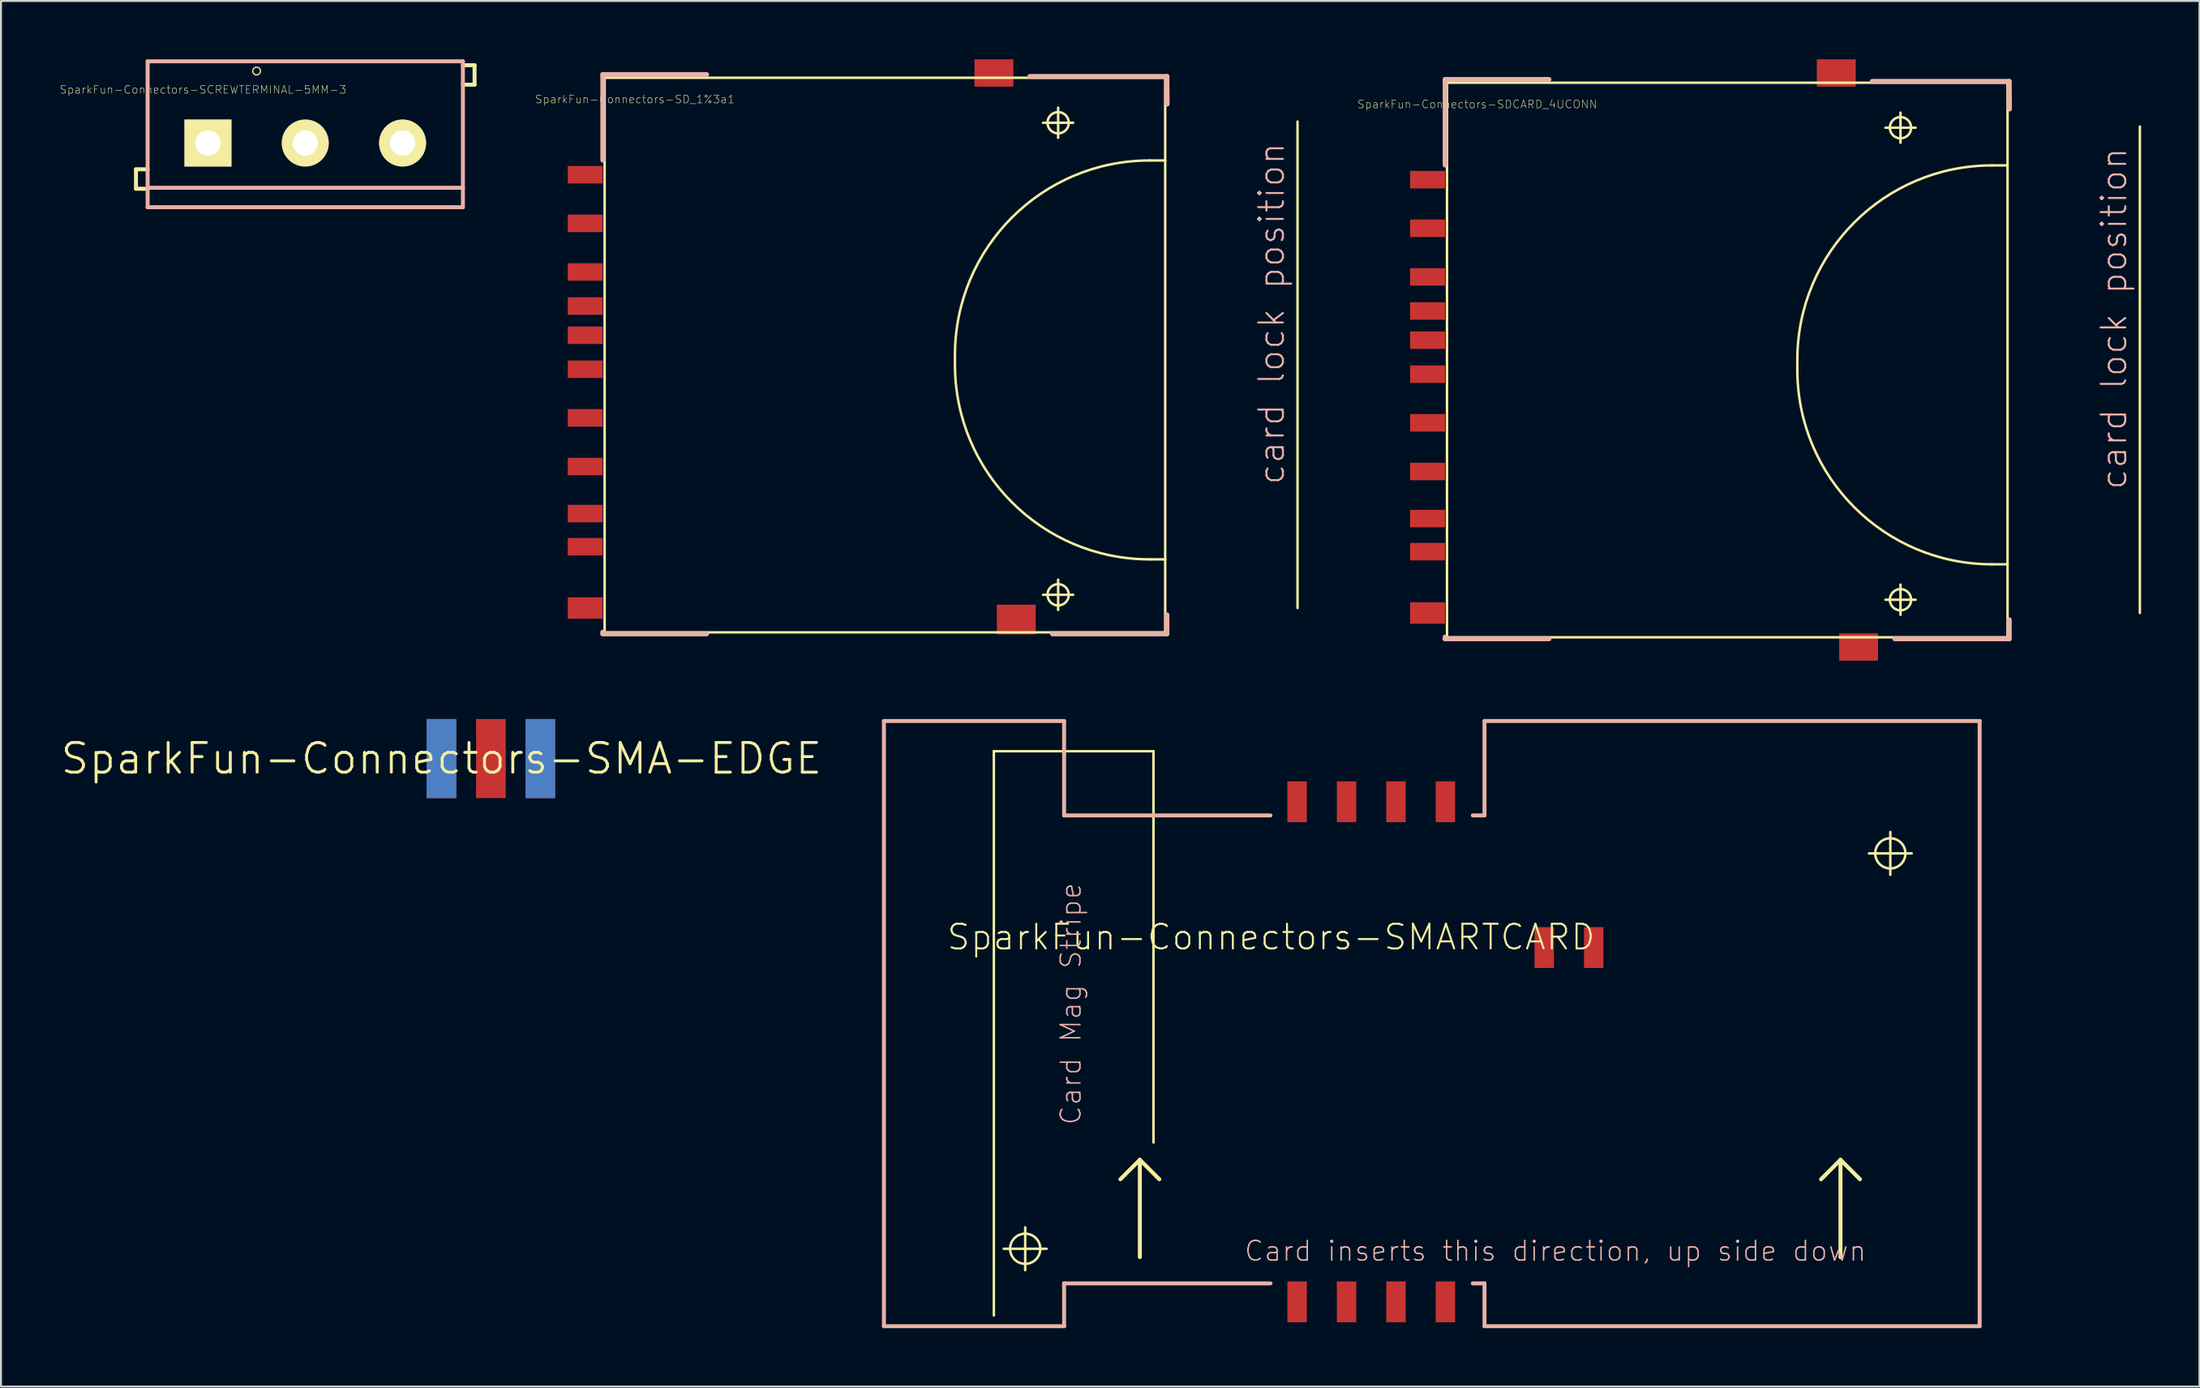
<source format=kicad_pcb>
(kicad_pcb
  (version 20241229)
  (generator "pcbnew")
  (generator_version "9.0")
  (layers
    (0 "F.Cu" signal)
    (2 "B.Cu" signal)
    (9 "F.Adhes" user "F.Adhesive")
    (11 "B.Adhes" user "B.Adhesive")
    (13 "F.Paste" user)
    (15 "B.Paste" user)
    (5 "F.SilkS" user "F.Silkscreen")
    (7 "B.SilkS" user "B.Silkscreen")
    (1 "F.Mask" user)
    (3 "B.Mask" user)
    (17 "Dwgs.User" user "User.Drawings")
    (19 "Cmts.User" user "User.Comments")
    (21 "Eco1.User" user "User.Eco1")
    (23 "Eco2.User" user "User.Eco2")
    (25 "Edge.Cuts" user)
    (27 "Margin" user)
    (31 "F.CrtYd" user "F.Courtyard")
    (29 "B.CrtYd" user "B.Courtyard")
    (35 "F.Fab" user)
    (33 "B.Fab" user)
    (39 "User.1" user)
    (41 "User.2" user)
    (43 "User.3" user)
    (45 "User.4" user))
  (footprint "SparkFun-Connectors-SDCARD_4UCONN"
    (layer "F.Cu")
    (at 71.293 15.45)
    (property "Reference" "SparkFun-Connectors-SDCARD_4UCONN" (at 1.554 -13.142 0) (layer "F.SilkS") (effects (font (size 0.406 0.406) (thickness 0.025))))
    (attr smd)
    (fp_line (start 0 -14.249) (end 28.799 -14.249) (stroke (width 0.127) (type solid)) (layer "F.SilkS"))
    (fp_line (start 0 14.249) (end 0 -14.249) (stroke (width 0.127) (type solid)) (layer "F.SilkS"))
    (fp_line (start 17.998 0) (end 17.998 0.498) (stroke (width 0.127) (type solid)) (layer "F.SilkS"))
    (fp_line (start 22.525 -11.938) (end 24.074 -11.938) (stroke (width 0.127) (type solid)) (layer "F.SilkS"))
    (fp_line (start 22.525 12.319) (end 24.074 12.319) (stroke (width 0.127) (type solid)) (layer "F.SilkS"))
    (fp_line (start 23.299 -11.163) (end 23.299 -12.713) (stroke (width 0.127) (type solid)) (layer "F.SilkS"))
    (fp_line (start 23.299 13.094) (end 23.299 11.544) (stroke (width 0.127) (type solid)) (layer "F.SilkS"))
    (fp_line (start 27.998 10.498) (end 28.799 10.498) (stroke (width 0.127) (type solid)) (layer "F.SilkS"))
    (fp_line (start 28.799 -14.249) (end 28.799 -10) (stroke (width 0.127) (type solid)) (layer "F.SilkS"))
    (fp_line (start 28.799 -10) (end 27.998 -10) (stroke (width 0.127) (type solid)) (layer "F.SilkS"))
    (fp_line (start 28.799 -10) (end 28.799 7.998) (stroke (width 0.127) (type solid)) (layer "F.SilkS"))
    (fp_line (start 28.799 7.998) (end 28.799 10.498) (stroke (width 0.127) (type solid)) (layer "F.SilkS"))
    (fp_line (start 28.799 10.498) (end 28.799 14.249) (stroke (width 0.127) (type solid)) (layer "F.SilkS"))
    (fp_line (start 28.799 14.249) (end 0 14.249) (stroke (width 0.127) (type solid)) (layer "F.SilkS"))
    (fp_line (start 35.598 -11.999) (end 35.598 13) (stroke (width 0.127) (type solid)) (layer "F.SilkS"))
    (fp_arc (start 17.99844 0) (mid 20.927366 -7.071054) (end 27.99842 -9.99998) (stroke (width 0.127) (type solid)) (layer "F.SilkS"))
    (fp_arc (start 27.99842 10.49782) (mid 20.927366 7.568894) (end 17.99844 0.49784) (stroke (width 0.127) (type solid)) (layer "F.SilkS"))
    (fp_circle (center 23.299 -11.938) (end 23.686 -12.324) (stroke (width 0.127) (type solid)) (fill no) (layer "F.SilkS"))
    (fp_circle (center 23.299 12.319) (end 23.686 12.705) (stroke (width 0.127) (type solid)) (fill no) (layer "F.SilkS"))
    (fp_line (start -0.094 -14.417) (end 5.237 -14.417) (stroke (width 0.254) (type solid)) (layer "B.SilkS"))
    (fp_line (start -0.094 -10.018) (end -0.094 -14.417) (stroke (width 0.254) (type solid)) (layer "B.SilkS"))
    (fp_line (start -0.094 14.237) (end -0.094 14.326) (stroke (width 0.254) (type solid)) (layer "B.SilkS"))
    (fp_line (start -0.094 14.326) (end 5.237 14.326) (stroke (width 0.254) (type solid)) (layer "B.SilkS"))
    (fp_line (start 21.847 -14.318) (end 28.887 -14.318) (stroke (width 0.254) (type solid)) (layer "B.SilkS"))
    (fp_line (start 23.01 14.326) (end 28.887 14.326) (stroke (width 0.254) (type solid)) (layer "B.SilkS"))
    (fp_line (start 28.887 -14.318) (end 28.898 -12.898) (stroke (width 0.254) (type solid)) (layer "B.SilkS"))
    (fp_line (start 28.887 14.326) (end 28.887 13.348) (stroke (width 0.254) (type solid)) (layer "B.SilkS"))
    (fp_text user "card lock position" (at 34.265 -2.129 90) (layer "B.SilkS") (effects (font (size 1.27 1.27) (thickness 0.102))))
    (pad "1" smd rect (at -0.998 -6.769) (size 1.798 0.899) (layers "F.Cu" "F.Mask" "F.Paste"))
    (pad "2" smd rect (at -0.998 -4.27) (size 1.798 0.899) (layers "F.Cu" "F.Mask" "F.Paste"))
    (pad "3" smd rect (at -0.998 -2.52) (size 1.798 0.899) (layers "F.Cu" "F.Mask" "F.Paste"))
    (pad "4" smd rect (at -0.998 0.729) (size 1.798 0.899) (layers "F.Cu" "F.Mask" "F.Paste"))
    (pad "5" smd rect (at -0.998 3.228) (size 1.798 0.899) (layers "F.Cu" "F.Mask" "F.Paste"))
    (pad "6" smd rect (at -0.998 5.728) (size 1.798 0.899) (layers "F.Cu" "F.Mask" "F.Paste"))
    (pad "7" smd rect (at -0.998 8.148) (size 1.798 0.899) (layers "F.Cu" "F.Mask" "F.Paste"))
    (pad "8" smd rect (at -0.998 9.848) (size 1.798 0.899) (layers "F.Cu" "F.Mask" "F.Paste"))
    (pad "9" smd rect (at -0.998 -9.268) (size 1.798 0.899) (layers "F.Cu" "F.Mask" "F.Paste"))
    (pad "CD" smd rect (at -0.998 -1.019) (size 1.798 0.899) (layers "F.Cu" "F.Mask" "F.Paste"))
    (pad "SH@1" smd rect (at 20 -14.75) (size 1.999 1.4) (layers "F.Cu" "F.Mask" "F.Paste"))
    (pad "SH@2" smd rect (at 21.148 14.75) (size 1.999 1.4) (layers "F.Cu" "F.Mask" "F.Paste"))
    (pad "WP" smd rect (at -0.998 13) (size 1.798 1.1) (layers "F.Cu" "F.Mask" "F.Paste")))
  (footprint "SparkFun-Connectors-SMARTCARD"
    (layer "F.Cu")
    (at 70.511 49.551)
    (property "Reference" "SparkFun-Connectors-SMARTCARD" (at -8.255 -4.445 0) (layer "F.SilkS") (effects (font (size 1.27 1.27) (thickness 0.102))))
    (attr smd)
    (fp_line (start -22.499 -13.998) (end -22.499 14.999) (stroke (width 0.127) (type solid)) (layer "F.SilkS"))
    (fp_line (start -21.989 11.57) (end -19.789 11.57) (stroke (width 0.127) (type solid)) (layer "F.SilkS"))
    (fp_line (start -20.889 12.67) (end -20.889 10.47) (stroke (width 0.127) (type solid)) (layer "F.SilkS"))
    (fp_line (start -14.999 6.998) (end -15.999 7.998) (stroke (width 0.203) (type solid)) (layer "F.SilkS"))
    (fp_line (start -14.999 6.998) (end -13.998 7.998) (stroke (width 0.203) (type solid)) (layer "F.SilkS"))
    (fp_line (start -14.999 11.999) (end -14.999 6.998) (stroke (width 0.203) (type solid)) (layer "F.SilkS"))
    (fp_line (start -14.298 -13.998) (end -22.499 -13.998) (stroke (width 0.127) (type solid)) (layer "F.SilkS"))
    (fp_line (start -14.298 6.109) (end -14.298 -13.998) (stroke (width 0.127) (type solid)) (layer "F.SilkS"))
    (fp_line (start 20.998 6.998) (end 20 7.998) (stroke (width 0.203) (type solid)) (layer "F.SilkS"))
    (fp_line (start 20.998 6.998) (end 21.999 7.998) (stroke (width 0.203) (type solid)) (layer "F.SilkS"))
    (fp_line (start 20.998 11.999) (end 20.998 6.998) (stroke (width 0.203) (type solid)) (layer "F.SilkS"))
    (fp_line (start 22.459 -8.748) (end 24.658 -8.748) (stroke (width 0.127) (type solid)) (layer "F.SilkS"))
    (fp_line (start 23.558 -7.648) (end 23.558 -9.848) (stroke (width 0.127) (type solid)) (layer "F.SilkS"))
    (fp_circle (center -20.889 11.57) (end -21.438 12.118) (stroke (width 0.127) (type solid)) (fill no) (layer "F.SilkS"))
    (fp_circle (center 23.558 -8.748) (end 24.107 -9.296) (stroke (width 0.127) (type solid)) (fill no) (layer "F.SilkS"))
    (fp_line (start -28.148 -15.55) (end -18.89 -15.55) (stroke (width 0.203) (type solid)) (layer "B.SilkS"))
    (fp_line (start -28.148 15.55) (end -28.148 -15.55) (stroke (width 0.203) (type solid)) (layer "B.SilkS"))
    (fp_line (start -18.89 -10.698) (end -18.89 -15.55) (stroke (width 0.203) (type solid)) (layer "B.SilkS"))
    (fp_line (start -18.89 -10.698) (end -8.288 -10.698) (stroke (width 0.203) (type solid)) (layer "B.SilkS"))
    (fp_line (start -18.89 13.348) (end -18.89 15.55) (stroke (width 0.203) (type solid)) (layer "B.SilkS"))
    (fp_line (start -18.89 13.348) (end -8.288 13.348) (stroke (width 0.203) (type solid)) (layer "B.SilkS"))
    (fp_line (start -18.89 15.55) (end -28.148 15.55) (stroke (width 0.203) (type solid)) (layer "B.SilkS"))
    (fp_line (start 2.108 -10.698) (end 2.708 -10.698) (stroke (width 0.203) (type solid)) (layer "B.SilkS"))
    (fp_line (start 2.108 13.348) (end 2.708 13.348) (stroke (width 0.203) (type solid)) (layer "B.SilkS"))
    (fp_line (start 2.708 -15.55) (end 28.148 -15.55) (stroke (width 0.203) (type solid)) (layer "B.SilkS"))
    (fp_line (start 2.708 -10.698) (end 2.708 -15.55) (stroke (width 0.203) (type solid)) (layer "B.SilkS"))
    (fp_line (start 2.708 13.348) (end 2.708 15.55) (stroke (width 0.203) (type solid)) (layer "B.SilkS"))
    (fp_line (start 28.148 -15.55) (end 28.148 15.55) (stroke (width 0.203) (type solid)) (layer "B.SilkS"))
    (fp_line (start 28.148 15.55) (end 2.708 15.55) (stroke (width 0.203) (type solid)) (layer "B.SilkS"))
    (fp_text user "Card inserts this direction, up side down" (at 6.35 11.684 0) (layer "B.SilkS") (effects (font (size 1.016 1.016) (thickness 0.076))))
    (fp_text user "Card Mag Stripe" (at -18.542 -1.016 90) (layer "B.SilkS") (effects (font (size 1.016 1.016) (thickness 0.076))))
    (pad "C1" smd rect (at -6.919 -11.4 90) (size 2.098 0.998) (layers "F.Cu" "F.Mask" "F.Paste"))
    (pad "C2" smd rect (at -4.379 -11.4 90) (size 2.098 0.998) (layers "F.Cu" "F.Mask" "F.Paste"))
    (pad "C3" smd rect (at -1.839 -11.4 90) (size 2.098 0.998) (layers "F.Cu" "F.Mask" "F.Paste"))
    (pad "C4" smd rect (at 0.699 -11.4 90) (size 2.098 0.998) (layers "F.Cu" "F.Mask" "F.Paste"))
    (pad "C5" smd rect (at -6.919 14.298 90) (size 2.098 0.998) (layers "F.Cu" "F.Mask" "F.Paste"))
    (pad "C6" smd rect (at -4.379 14.298 90) (size 2.098 0.998) (layers "F.Cu" "F.Mask" "F.Paste"))
    (pad "C7" smd rect (at -1.839 14.298 90) (size 2.098 0.998) (layers "F.Cu" "F.Mask" "F.Paste"))
    (pad "C8" smd rect (at 0.699 14.298 90) (size 2.098 0.998) (layers "F.Cu" "F.Mask" "F.Paste"))
    (pad "P1" smd rect (at 5.779 -3.909 90) (size 2.098 0.998) (layers "F.Cu" "F.Mask" "F.Paste"))
    (pad "P2" smd rect (at 8.319 -3.909 90) (size 2.098 0.998) (layers "F.Cu" "F.Mask" "F.Paste")))
  (footprint "SparkFun-Connectors-SMA-EDGE"
    (layer "F.Cu")
    (at 19.631 35.931)
    (property "Reference" "SparkFun-Connectors-SMA-EDGE" (at 0 0 0) (layer "F.SilkS") (effects (font (size 1.524 1.524) (thickness 0.15))))
    (attr smd)
    (pad "GND@" smd rect (at 0 0) (size 1.524 4.064) (layers "F.Cu" "F.Mask" "F.Paste"))
    (pad "GND@" smd rect (at 0 0) (size 1.524 4.064) (layers "B.Cu" "B.Mask"))
    (pad "GND@" smd rect (at 5.08 0) (size 1.524 4.064) (layers "F.Cu" "F.Mask" "F.Paste"))
    (pad "GND@" smd rect (at 5.08 0) (size 1.524 4.064) (layers "B.Cu" "B.Mask"))
    (pad "SIG" smd rect (at 2.54 0) (size 1.524 4.064) (layers "F.Cu" "F.Mask" "F.Paste")))
  (footprint "SparkFun-Connectors-SCREWTERMINAL-5MM-3"
    (layer "F.Cu")
    (at 7.634 4.3)
    (property "Reference" "SparkFun-Connectors-SCREWTERMINAL-5MM-3" (at -0.254 -2.743 0) (layer "F.SilkS") (effects (font (size 0.406 0.406) (thickness 0.025))))
    (attr exclude_from_pos_files exclude_from_bom)
    (fp_line (start -3.698 1.349) (end -3.698 2.349) (stroke (width 0.203) (type solid)) (layer "F.SilkS"))
    (fp_line (start -3.698 2.349) (end -3.099 2.349) (stroke (width 0.203) (type solid)) (layer "F.SilkS"))
    (fp_line (start -3.099 1.349) (end -3.698 1.349) (stroke (width 0.203) (type solid)) (layer "F.SilkS"))
    (fp_line (start 13.099 -3.998) (end 13.698 -3.998) (stroke (width 0.203) (type solid)) (layer "F.SilkS"))
    (fp_line (start 13.698 -3.998) (end 13.698 -3) (stroke (width 0.203) (type solid)) (layer "F.SilkS"))
    (fp_line (start 13.698 -3) (end 13.099 -3) (stroke (width 0.203) (type solid)) (layer "F.SilkS"))
    (fp_circle (center 2.499 -3.698) (end 2.639 -3.838) (stroke (width 0.064) (type solid)) (fill no) (layer "F.SilkS"))
    (fp_line (start -3.099 -4.199) (end 13.099 -4.199) (stroke (width 0.203) (type solid)) (layer "B.SilkS"))
    (fp_line (start -3.099 2.299) (end -3.099 -4.199) (stroke (width 0.203) (type solid)) (layer "B.SilkS"))
    (fp_line (start -3.099 3.299) (end -3.099 2.299) (stroke (width 0.203) (type solid)) (layer "B.SilkS"))
    (fp_line (start 13.099 -4.199) (end 13.099 2.299) (stroke (width 0.203) (type solid)) (layer "B.SilkS"))
    (fp_line (start 13.099 2.299) (end -3.099 2.299) (stroke (width 0.203) (type solid)) (layer "B.SilkS"))
    (fp_line (start 13.099 2.299) (end 13.099 3.299) (stroke (width 0.203) (type solid)) (layer "B.SilkS"))
    (fp_line (start 13.099 3.299) (end -3.099 3.299) (stroke (width 0.203) (type solid)) (layer "B.SilkS"))
    (pad "1" thru_hole rect (at 0 0) (size 2.413 2.413) (drill 1.298) (layers "*.Cu" "F.Mask" "F.SilkS" "F.Paste"))
    (pad "2" thru_hole circle (at 4.999 0) (size 2.413 2.413) (drill 1.298) (layers "*.Cu" "F.Mask" "F.SilkS" "F.Paste"))
    (pad "3" thru_hole circle (at 10 0) (size 2.413 2.413) (drill 1.298) (layers "*.Cu" "F.Mask" "F.SilkS" "F.Paste")))
  (footprint "SparkFun-Connectors-SD_1%3a1"
    (layer "F.Cu")
    (at 28.015 15.196)
    (property "Reference" "SparkFun-Connectors-SD_1%3a1" (at 1.554 -13.142 0) (layer "F.SilkS") (effects (font (size 0.406 0.406) (thickness 0.025))))
    (attr smd)
    (fp_line (start 0 -14.249) (end 28.799 -14.249) (stroke (width 0.127) (type solid)) (layer "F.SilkS"))
    (fp_line (start 0 14.249) (end 0 -14.249) (stroke (width 0.127) (type solid)) (layer "F.SilkS"))
    (fp_line (start 17.998 0) (end 17.998 0.498) (stroke (width 0.127) (type solid)) (layer "F.SilkS"))
    (fp_line (start 22.525 -11.938) (end 24.074 -11.938) (stroke (width 0.127) (type solid)) (layer "F.SilkS"))
    (fp_line (start 22.525 12.319) (end 24.074 12.319) (stroke (width 0.127) (type solid)) (layer "F.SilkS"))
    (fp_line (start 23.299 -11.163) (end 23.299 -12.713) (stroke (width 0.127) (type solid)) (layer "F.SilkS"))
    (fp_line (start 23.299 13.094) (end 23.299 11.544) (stroke (width 0.127) (type solid)) (layer "F.SilkS"))
    (fp_line (start 27.998 10.498) (end 28.799 10.498) (stroke (width 0.127) (type solid)) (layer "F.SilkS"))
    (fp_line (start 28.799 -14.249) (end 28.799 -10) (stroke (width 0.127) (type solid)) (layer "F.SilkS"))
    (fp_line (start 28.799 -10) (end 27.998 -10) (stroke (width 0.127) (type solid)) (layer "F.SilkS"))
    (fp_line (start 28.799 -10) (end 28.799 10.498) (stroke (width 0.127) (type solid)) (layer "F.SilkS"))
    (fp_line (start 28.799 10.498) (end 28.799 14.249) (stroke (width 0.127) (type solid)) (layer "F.SilkS"))
    (fp_line (start 28.799 14.249) (end 0 14.249) (stroke (width 0.127) (type solid)) (layer "F.SilkS"))
    (fp_line (start 35.598 -11.999) (end 35.598 13) (stroke (width 0.127) (type solid)) (layer "F.SilkS"))
    (fp_arc (start 17.99844 0) (mid 20.927366 -7.071054) (end 27.99842 -9.99998) (stroke (width 0.127) (type solid)) (layer "F.SilkS"))
    (fp_arc (start 27.99842 10.49782) (mid 20.927366 7.568894) (end 17.99844 0.49784) (stroke (width 0.127) (type solid)) (layer "F.SilkS"))
    (fp_circle (center 23.299 -11.938) (end 23.686 -12.324) (stroke (width 0.127) (type solid)) (fill no) (layer "F.SilkS"))
    (fp_circle (center 23.299 12.319) (end 23.686 12.705) (stroke (width 0.127) (type solid)) (fill no) (layer "F.SilkS"))
    (fp_line (start -0.094 -14.417) (end 5.237 -14.417) (stroke (width 0.254) (type solid)) (layer "B.SilkS"))
    (fp_line (start -0.094 -10.018) (end -0.094 -14.417) (stroke (width 0.254) (type solid)) (layer "B.SilkS"))
    (fp_line (start -0.094 14.237) (end -0.094 14.326) (stroke (width 0.254) (type solid)) (layer "B.SilkS"))
    (fp_line (start -0.094 14.326) (end 5.237 14.326) (stroke (width 0.254) (type solid)) (layer "B.SilkS"))
    (fp_line (start 21.847 -14.318) (end 28.887 -14.318) (stroke (width 0.254) (type solid)) (layer "B.SilkS"))
    (fp_line (start 23.01 14.326) (end 28.887 14.326) (stroke (width 0.254) (type solid)) (layer "B.SilkS"))
    (fp_line (start 28.887 -14.318) (end 28.898 -12.898) (stroke (width 0.254) (type solid)) (layer "B.SilkS"))
    (fp_line (start 28.887 14.326) (end 28.887 13.348) (stroke (width 0.254) (type solid)) (layer "B.SilkS"))
    (fp_text user "card lock position" (at 34.265 -2.129 90) (layer "B.SilkS") (effects (font (size 1.27 1.27) (thickness 0.102))))
    (pad "1" smd rect (at -0.998 -6.769) (size 1.798 0.899) (layers "F.Cu" "F.Mask" "F.Paste"))
    (pad "2" smd rect (at -0.998 -4.27) (size 1.798 0.899) (layers "F.Cu" "F.Mask" "F.Paste"))
    (pad "3" smd rect (at -0.998 -2.52) (size 1.798 0.899) (layers "F.Cu" "F.Mask" "F.Paste"))
    (pad "4" smd rect (at -0.998 0.729) (size 1.798 0.899) (layers "F.Cu" "F.Mask" "F.Paste"))
    (pad "5" smd rect (at -0.998 3.228) (size 1.798 0.899) (layers "F.Cu" "F.Mask" "F.Paste"))
    (pad "6" smd rect (at -0.998 5.728) (size 1.798 0.899) (layers "F.Cu" "F.Mask" "F.Paste"))
    (pad "7" smd rect (at -0.998 8.148) (size 1.798 0.899) (layers "F.Cu" "F.Mask" "F.Paste"))
    (pad "8" smd rect (at -0.998 9.848) (size 1.798 0.899) (layers "F.Cu" "F.Mask" "F.Paste"))
    (pad "9" smd rect (at -0.998 -9.268) (size 1.798 0.899) (layers "F.Cu" "F.Mask" "F.Paste"))
    (pad "CD" smd rect (at -0.998 -1.019) (size 1.798 0.899) (layers "F.Cu" "F.Mask" "F.Paste"))
    (pad "SH@1" smd rect (at 20 -14.496) (size 1.999 1.4) (layers "F.Cu" "F.Mask" "F.Paste"))
    (pad "SH@2" smd rect (at 21.148 13.589) (size 1.999 1.527) (layers "F.Cu" "F.Mask" "F.Paste"))
    (pad "WP" smd rect (at -0.998 13) (size 1.798 1.1) (layers "F.Cu" "F.Mask" "F.Paste")))
  (gr_rect
    (start -3 -3)
    (end 109.955 68.202)
    (stroke (width 0.1) (type default))
    (fill no)
    (layer "Edge.Cuts")))
</source>
